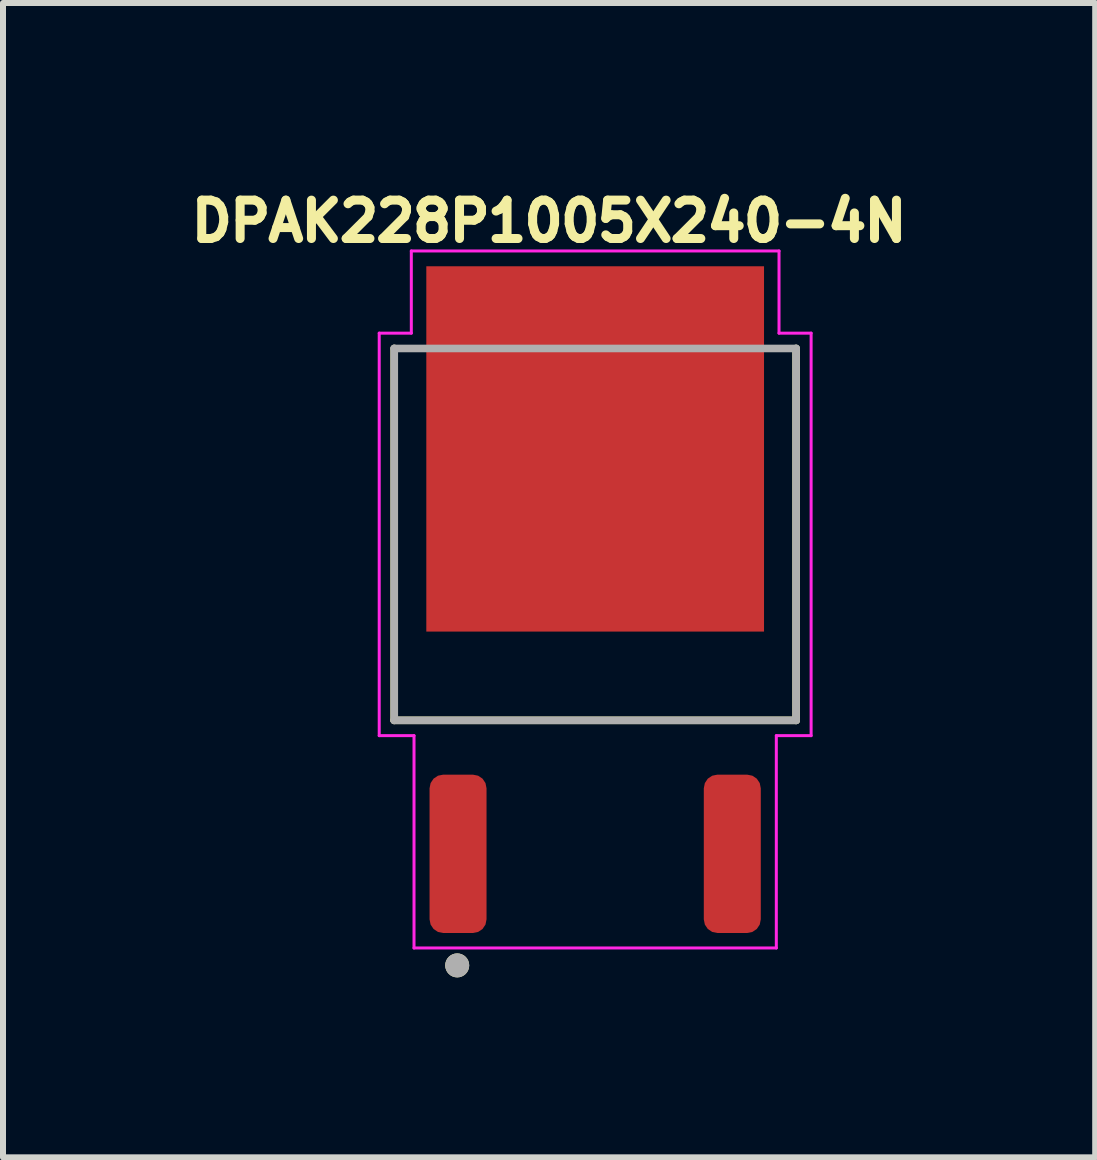
<source format=kicad_pcb>
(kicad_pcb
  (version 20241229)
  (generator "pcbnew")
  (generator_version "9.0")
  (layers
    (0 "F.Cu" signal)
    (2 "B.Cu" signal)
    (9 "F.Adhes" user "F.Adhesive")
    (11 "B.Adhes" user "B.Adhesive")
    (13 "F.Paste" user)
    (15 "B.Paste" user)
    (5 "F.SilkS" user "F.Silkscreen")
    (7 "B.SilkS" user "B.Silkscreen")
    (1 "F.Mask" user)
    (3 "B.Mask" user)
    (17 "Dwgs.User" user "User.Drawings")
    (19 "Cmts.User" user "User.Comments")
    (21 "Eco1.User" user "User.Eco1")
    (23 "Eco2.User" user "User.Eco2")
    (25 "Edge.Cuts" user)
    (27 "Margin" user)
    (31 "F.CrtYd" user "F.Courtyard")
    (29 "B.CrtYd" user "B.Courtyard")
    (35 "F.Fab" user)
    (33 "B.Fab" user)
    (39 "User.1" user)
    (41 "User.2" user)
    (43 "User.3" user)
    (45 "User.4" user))
  (footprint "DPAK228P1005X240-4N"
    (layer "F.Cu")
    (at 6.872 6.944)
    (property "Reference" "DPAK228P1005X240-4N" (at -0.768 -6.306 0) (layer "F.SilkS") (effects (font (size 0.64 0.64) (thickness 0.15))))
    (attr smd)
    (fp_line (start -3.35 -4.185) (end -3.35 2.015) (stroke (width 0.127) (type solid)) (layer "F.SilkS"))
    (fp_line (start -3.35 2.015) (end 3.35 2.015) (stroke (width 0.127) (type solid)) (layer "F.SilkS"))
    (fp_line (start 3.35 2.015) (end 3.35 -4.185) (stroke (width 0.127) (type solid)) (layer "F.SilkS"))
    (fp_circle (center -2.3 6.1) (end -2.2 6.1) (stroke (width 0.2) (type solid)) (fill no) (layer "F.SilkS"))
    (fp_poly (pts (xy -2.535 -5.27) (xy -1.225 -5.27) (xy -1.225 -3.81) (xy -2.535 -3.81)) (stroke (width 0.01) (type solid)) (fill yes) (layer "F.Paste"))
    (fp_poly (pts (xy -2.535 -3.24) (xy -1.225 -3.24) (xy -1.225 -1.78) (xy -2.535 -1.78)) (stroke (width 0.01) (type solid)) (fill yes) (layer "F.Paste"))
    (fp_poly (pts (xy -2.535 -1.21) (xy -1.225 -1.21) (xy -1.225 0.25) (xy -2.535 0.25)) (stroke (width 0.01) (type solid)) (fill yes) (layer "F.Paste"))
    (fp_poly (pts (xy -0.655 -5.27) (xy 0.655 -5.27) (xy 0.655 -3.81) (xy -0.655 -3.81)) (stroke (width 0.01) (type solid)) (fill yes) (layer "F.Paste"))
    (fp_poly (pts (xy -0.655 -3.24) (xy 0.655 -3.24) (xy 0.655 -1.78) (xy -0.655 -1.78)) (stroke (width 0.01) (type solid)) (fill yes) (layer "F.Paste"))
    (fp_poly (pts (xy -0.655 -1.21) (xy 0.655 -1.21) (xy 0.655 0.25) (xy -0.655 0.25)) (stroke (width 0.01) (type solid)) (fill yes) (layer "F.Paste"))
    (fp_poly (pts (xy 1.225 -5.27) (xy 2.535 -5.27) (xy 2.535 -3.81) (xy 1.225 -3.81)) (stroke (width 0.01) (type solid)) (fill yes) (layer "F.Paste"))
    (fp_poly (pts (xy 1.225 -3.24) (xy 2.535 -3.24) (xy 2.535 -1.78) (xy 1.225 -1.78)) (stroke (width 0.01) (type solid)) (fill yes) (layer "F.Paste"))
    (fp_poly (pts (xy 1.225 -1.21) (xy 2.535 -1.21) (xy 2.535 0.25) (xy 1.225 0.25)) (stroke (width 0.01) (type solid)) (fill yes) (layer "F.Paste"))
    (fp_line (start -3.6 -4.44) (end -3.6 2.27) (stroke (width 0.05) (type solid)) (layer "F.CrtYd"))
    (fp_line (start -3.6 2.27) (end -3.02 2.27) (stroke (width 0.05) (type solid)) (layer "F.CrtYd"))
    (fp_line (start -3.065 -5.81) (end -3.065 -4.44) (stroke (width 0.05) (type solid)) (layer "F.CrtYd"))
    (fp_line (start -3.065 -5.81) (end 3.065 -5.81) (stroke (width 0.05) (type solid)) (layer "F.CrtYd"))
    (fp_line (start -3.065 -4.44) (end -3.6 -4.44) (stroke (width 0.05) (type solid)) (layer "F.CrtYd"))
    (fp_line (start -3.02 2.27) (end -3.02 5.81) (stroke (width 0.05) (type solid)) (layer "F.CrtYd"))
    (fp_line (start -3.02 5.81) (end 3.02 5.81) (stroke (width 0.05) (type solid)) (layer "F.CrtYd"))
    (fp_line (start 3.02 2.27) (end 3.02 5.81) (stroke (width 0.05) (type solid)) (layer "F.CrtYd"))
    (fp_line (start 3.065 -5.81) (end 3.065 -4.44) (stroke (width 0.05) (type solid)) (layer "F.CrtYd"))
    (fp_line (start 3.065 -4.44) (end 3.6 -4.44) (stroke (width 0.05) (type solid)) (layer "F.CrtYd"))
    (fp_line (start 3.6 -4.44) (end 3.6 2.27) (stroke (width 0.05) (type solid)) (layer "F.CrtYd"))
    (fp_line (start 3.6 2.27) (end 3.02 2.27) (stroke (width 0.05) (type solid)) (layer "F.CrtYd"))
    (fp_line (start -3.35 -4.185) (end 3.35 -4.185) (stroke (width 0.127) (type solid)) (layer "F.Fab"))
    (fp_line (start -3.35 2.015) (end -3.35 -4.185) (stroke (width 0.127) (type solid)) (layer "F.Fab"))
    (fp_line (start 3.35 -4.185) (end 3.35 2.015) (stroke (width 0.127) (type solid)) (layer "F.Fab"))
    (fp_line (start 3.35 2.015) (end -3.35 2.015) (stroke (width 0.127) (type solid)) (layer "F.Fab"))
    (fp_circle (center -2.3 6.1) (end -2.2 6.1) (stroke (width 0.2) (type solid)) (fill no) (layer "F.Fab"))
    (pad "1" smd roundrect (at -2.286 4.24 90) (size 2.64 0.95) (layers "F.Cu" "F.Mask" "F.Paste") (roundrect_rratio 0.24))
    (pad "2" smd rect (at 0 -2.51 90) (size 6.09 5.63) (layers "F.Cu" "F.Mask"))
    (pad "3" smd roundrect (at 2.286 4.24 90) (size 2.64 0.95) (layers "F.Cu" "F.Mask" "F.Paste") (roundrect_rratio 0.24)))
  (gr_rect
    (start -3 -3)
    (end 15.208 16.244)
    (stroke (width 0.1) (type default))
    (fill no)
    (layer "Edge.Cuts")))
</source>
